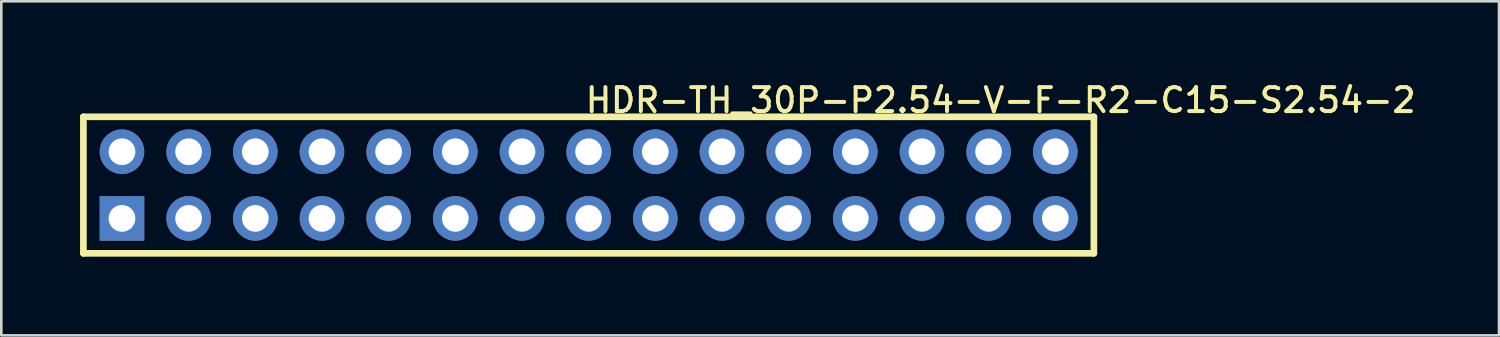
<source format=kicad_pcb>
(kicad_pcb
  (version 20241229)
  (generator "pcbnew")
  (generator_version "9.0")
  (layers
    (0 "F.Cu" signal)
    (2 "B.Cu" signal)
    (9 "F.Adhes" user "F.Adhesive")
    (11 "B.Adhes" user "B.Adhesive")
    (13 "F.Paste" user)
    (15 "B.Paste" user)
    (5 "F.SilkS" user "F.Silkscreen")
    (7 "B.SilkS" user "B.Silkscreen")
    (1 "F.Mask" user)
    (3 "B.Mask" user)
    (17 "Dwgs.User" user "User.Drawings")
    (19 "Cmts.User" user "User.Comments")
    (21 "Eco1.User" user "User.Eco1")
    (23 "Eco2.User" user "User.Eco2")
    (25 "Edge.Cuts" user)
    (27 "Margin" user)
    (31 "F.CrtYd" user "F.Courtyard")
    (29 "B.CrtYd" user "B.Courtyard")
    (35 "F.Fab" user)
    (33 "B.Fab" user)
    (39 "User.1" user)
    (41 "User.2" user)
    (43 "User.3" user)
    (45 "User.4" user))
  (footprint "HDR-TH_30P-P2.54-V-F-R2-C15-S2.54-2"
    (layer "F.Cu")
    (at 19.377 4.001)
    (property "Reference" "HDR-TH_30P-P2.54-V-F-R2-C15-S2.54-2" (at -0.2 -3.768 0) (layer "F.SilkS") (effects (font (size 0.914 0.914) (thickness 0.152)) (justify left top)))
    (fp_line (start -19.25 -2.6) (end 19.25 -2.6) (stroke (width 0.254) (type default)) (layer "F.SilkS"))
    (fp_line (start -19.25 2.6) (end -19.25 -2.6) (stroke (width 0.254) (type default)) (layer "F.SilkS"))
    (fp_line (start 19.25 -2.6) (end 19.25 2.6) (stroke (width 0.254) (type default)) (layer "F.SilkS"))
    (fp_line (start 19.25 2.6) (end -19.25 2.6) (stroke (width 0.254) (type default)) (layer "F.SilkS"))
    (fp_circle (center -19.25 2.5) (end -19.25 2.53) (stroke (width 0.06) (type default)) (fill no) (layer "User.5"))
    (pad "1" thru_hole rect (at -17.78 1.27) (size 1.7 1.7) (drill 1.02) (layers "*.Cu" "*.Mask"))
    (pad "2" thru_hole oval (at -17.78 -1.27) (size 1.7 1.7) (drill 1.02) (layers "*.Cu" "*.Mask"))
    (pad "3" thru_hole oval (at -15.24 1.27) (size 1.7 1.7) (drill 1.02) (layers "*.Cu" "*.Mask"))
    (pad "4" thru_hole oval (at -15.24 -1.27) (size 1.7 1.7) (drill 1.02) (layers "*.Cu" "*.Mask"))
    (pad "5" thru_hole oval (at -12.7 1.27) (size 1.7 1.7) (drill 1.02) (layers "*.Cu" "*.Mask"))
    (pad "6" thru_hole oval (at -12.7 -1.27) (size 1.7 1.7) (drill 1.02) (layers "*.Cu" "*.Mask"))
    (pad "7" thru_hole oval (at -10.16 1.27) (size 1.7 1.7) (drill 1.02) (layers "*.Cu" "*.Mask"))
    (pad "8" thru_hole oval (at -10.16 -1.27) (size 1.7 1.7) (drill 1.02) (layers "*.Cu" "*.Mask"))
    (pad "9" thru_hole oval (at -7.62 1.27) (size 1.7 1.7) (drill 1.02) (layers "*.Cu" "*.Mask"))
    (pad "10" thru_hole oval (at -7.62 -1.27) (size 1.7 1.7) (drill 1.02) (layers "*.Cu" "*.Mask"))
    (pad "11" thru_hole oval (at -5.08 1.27) (size 1.7 1.7) (drill 1.02) (layers "*.Cu" "*.Mask"))
    (pad "12" thru_hole oval (at -5.08 -1.27) (size 1.7 1.7) (drill 1.02) (layers "*.Cu" "*.Mask"))
    (pad "13" thru_hole oval (at -2.54 1.27) (size 1.7 1.7) (drill 1.02) (layers "*.Cu" "*.Mask"))
    (pad "14" thru_hole oval (at -2.54 -1.27) (size 1.7 1.7) (drill 1.02) (layers "*.Cu" "*.Mask"))
    (pad "15" thru_hole oval (at 0 1.27) (size 1.7 1.7) (drill 1.02) (layers "*.Cu" "*.Mask"))
    (pad "16" thru_hole oval (at 0 -1.27) (size 1.7 1.7) (drill 1.02) (layers "*.Cu" "*.Mask"))
    (pad "17" thru_hole oval (at 2.54 1.27) (size 1.7 1.7) (drill 1.02) (layers "*.Cu" "*.Mask"))
    (pad "18" thru_hole oval (at 2.54 -1.27) (size 1.7 1.7) (drill 1.02) (layers "*.Cu" "*.Mask"))
    (pad "19" thru_hole oval (at 5.08 1.27) (size 1.7 1.7) (drill 1.02) (layers "*.Cu" "*.Mask"))
    (pad "20" thru_hole oval (at 5.08 -1.27) (size 1.7 1.7) (drill 1.02) (layers "*.Cu" "*.Mask"))
    (pad "21" thru_hole oval (at 7.62 1.27) (size 1.7 1.7) (drill 1.02) (layers "*.Cu" "*.Mask"))
    (pad "22" thru_hole oval (at 7.62 -1.27) (size 1.7 1.7) (drill 1.02) (layers "*.Cu" "*.Mask"))
    (pad "23" thru_hole oval (at 10.16 1.27) (size 1.7 1.7) (drill 1.02) (layers "*.Cu" "*.Mask"))
    (pad "24" thru_hole oval (at 10.16 -1.27) (size 1.7 1.7) (drill 1.02) (layers "*.Cu" "*.Mask"))
    (pad "25" thru_hole oval (at 12.7 1.27) (size 1.7 1.7) (drill 1.02) (layers "*.Cu" "*.Mask"))
    (pad "26" thru_hole oval (at 12.7 -1.27) (size 1.7 1.7) (drill 1.02) (layers "*.Cu" "*.Mask"))
    (pad "27" thru_hole oval (at 15.24 1.27) (size 1.7 1.7) (drill 1.02) (layers "*.Cu" "*.Mask"))
    (pad "28" thru_hole oval (at 15.24 -1.27) (size 1.7 1.7) (drill 1.02) (layers "*.Cu" "*.Mask"))
    (pad "29" thru_hole oval (at 17.78 1.27) (size 1.7 1.7) (drill 1.02) (layers "*.Cu" "*.Mask"))
    (pad "30" thru_hole oval (at 17.78 -1.27) (size 1.7 1.7) (drill 1.02) (layers "*.Cu" "*.Mask"))
    (zone (net_name "") (layer "User.3") (hatch edge 0.5) (priority 100) (connect_pads yes) (min_thickness 0) (filled_areas_thickness no) (fill yes) (polygon (pts (xy 0.237 1.502) (xy 38.737 1.502) (xy 38.737 6.501) (xy 0.237 6.501))) (filled_polygon (layer "User.3") (island) (pts (xy 0.237 1.502) (xy 38.737 1.502) (xy 38.737 6.501) (xy 0.237 6.501))))
    (zone (net_name "") (layer "User.4") (hatch edge 0.5) (priority 100) (connect_pads yes) (min_thickness 0) (filled_areas_thickness no) (fill yes) (polygon (pts (xy 1.387 2.531) (xy 2.027 2.531) (xy 2.027 2.931) (xy 1.387 2.931))) (filled_polygon (layer "User.4") (island) (pts (xy 1.387 2.531) (xy 2.027 2.531) (xy 2.027 2.931) (xy 1.387 2.931))))
    (zone (net_name "") (layer "User.4") (hatch edge 0.5) (priority 100) (connect_pads yes) (min_thickness 0) (filled_areas_thickness no) (fill yes) (polygon (pts (xy 1.387 5.071) (xy 2.027 5.071) (xy 2.027 5.471) (xy 1.387 5.471))) (filled_polygon (layer "User.4") (island) (pts (xy 1.387 5.071) (xy 2.027 5.071) (xy 2.027 5.471) (xy 1.387 5.471))))
    (zone (net_name "") (layer "User.4") (hatch edge 0.5) (priority 100) (connect_pads yes) (min_thickness 0) (filled_areas_thickness no) (fill yes) (polygon (pts (xy 3.927 2.531) (xy 4.567 2.531) (xy 4.567 2.931) (xy 3.927 2.931))) (filled_polygon (layer "User.4") (island) (pts (xy 3.927 2.531) (xy 4.567 2.531) (xy 4.567 2.931) (xy 3.927 2.931))))
    (zone (net_name "") (layer "User.4") (hatch edge 0.5) (priority 100) (connect_pads yes) (min_thickness 0) (filled_areas_thickness no) (fill yes) (polygon (pts (xy 3.927 5.071) (xy 4.567 5.071) (xy 4.567 5.471) (xy 3.927 5.471))) (filled_polygon (layer "User.4") (island) (pts (xy 3.927 5.071) (xy 4.567 5.071) (xy 4.567 5.471) (xy 3.927 5.471))))
    (zone (net_name "") (layer "User.4") (hatch edge 0.5) (priority 100) (connect_pads yes) (min_thickness 0) (filled_areas_thickness no) (fill yes) (polygon (pts (xy 6.467 2.531) (xy 7.107 2.531) (xy 7.107 2.931) (xy 6.467 2.931))) (filled_polygon (layer "User.4") (island) (pts (xy 6.467 2.531) (xy 7.107 2.531) (xy 7.107 2.931) (xy 6.467 2.931))))
    (zone (net_name "") (layer "User.4") (hatch edge 0.5) (priority 100) (connect_pads yes) (min_thickness 0) (filled_areas_thickness no) (fill yes) (polygon (pts (xy 6.467 5.071) (xy 7.107 5.071) (xy 7.107 5.471) (xy 6.467 5.471))) (filled_polygon (layer "User.4") (island) (pts (xy 6.467 5.071) (xy 7.107 5.071) (xy 7.107 5.471) (xy 6.467 5.471))))
    (zone (net_name "") (layer "User.4") (hatch edge 0.5) (priority 100) (connect_pads yes) (min_thickness 0) (filled_areas_thickness no) (fill yes) (polygon (pts (xy 9.007 2.531) (xy 9.647 2.531) (xy 9.647 2.931) (xy 9.007 2.931))) (filled_polygon (layer "User.4") (island) (pts (xy 9.007 2.531) (xy 9.647 2.531) (xy 9.647 2.931) (xy 9.007 2.931))))
    (zone (net_name "") (layer "User.4") (hatch edge 0.5) (priority 100) (connect_pads yes) (min_thickness 0) (filled_areas_thickness no) (fill yes) (polygon (pts (xy 9.007 5.071) (xy 9.647 5.071) (xy 9.647 5.471) (xy 9.007 5.471))) (filled_polygon (layer "User.4") (island) (pts (xy 9.007 5.071) (xy 9.647 5.071) (xy 9.647 5.471) (xy 9.007 5.471))))
    (zone (net_name "") (layer "User.4") (hatch edge 0.5) (priority 100) (connect_pads yes) (min_thickness 0) (filled_areas_thickness no) (fill yes) (polygon (pts (xy 11.547 2.531) (xy 12.187 2.531) (xy 12.187 2.931) (xy 11.547 2.931))) (filled_polygon (layer "User.4") (island) (pts (xy 11.547 2.531) (xy 12.187 2.531) (xy 12.187 2.931) (xy 11.547 2.931))))
    (zone (net_name "") (layer "User.4") (hatch edge 0.5) (priority 100) (connect_pads yes) (min_thickness 0) (filled_areas_thickness no) (fill yes) (polygon (pts (xy 11.547 5.071) (xy 12.187 5.071) (xy 12.187 5.471) (xy 11.547 5.471))) (filled_polygon (layer "User.4") (island) (pts (xy 11.547 5.071) (xy 12.187 5.071) (xy 12.187 5.471) (xy 11.547 5.471))))
    (zone (net_name "") (layer "User.4") (hatch edge 0.5) (priority 100) (connect_pads yes) (min_thickness 0) (filled_areas_thickness no) (fill yes) (polygon (pts (xy 14.087 2.531) (xy 14.727 2.531) (xy 14.727 2.931) (xy 14.087 2.931))) (filled_polygon (layer "User.4") (island) (pts (xy 14.087 2.531) (xy 14.727 2.531) (xy 14.727 2.931) (xy 14.087 2.931))))
    (zone (net_name "") (layer "User.4") (hatch edge 0.5) (priority 100) (connect_pads yes) (min_thickness 0) (filled_areas_thickness no) (fill yes) (polygon (pts (xy 14.087 5.071) (xy 14.727 5.071) (xy 14.727 5.471) (xy 14.087 5.471))) (filled_polygon (layer "User.4") (island) (pts (xy 14.087 5.071) (xy 14.727 5.071) (xy 14.727 5.471) (xy 14.087 5.471))))
    (zone (net_name "") (layer "User.4") (hatch edge 0.5) (priority 100) (connect_pads yes) (min_thickness 0) (filled_areas_thickness no) (fill yes) (polygon (pts (xy 16.627 2.531) (xy 17.267 2.531) (xy 17.267 2.931) (xy 16.627 2.931))) (filled_polygon (layer "User.4") (island) (pts (xy 16.627 2.531) (xy 17.267 2.531) (xy 17.267 2.931) (xy 16.627 2.931))))
    (zone (net_name "") (layer "User.4") (hatch edge 0.5) (priority 100) (connect_pads yes) (min_thickness 0) (filled_areas_thickness no) (fill yes) (polygon (pts (xy 16.627 5.071) (xy 17.267 5.071) (xy 17.267 5.471) (xy 16.627 5.471))) (filled_polygon (layer "User.4") (island) (pts (xy 16.627 5.071) (xy 17.267 5.071) (xy 17.267 5.471) (xy 16.627 5.471))))
    (zone (net_name "") (layer "User.4") (hatch edge 0.5) (priority 100) (connect_pads yes) (min_thickness 0) (filled_areas_thickness no) (fill yes) (polygon (pts (xy 19.167 2.531) (xy 19.807 2.531) (xy 19.807 2.931) (xy 19.167 2.931))) (filled_polygon (layer "User.4") (island) (pts (xy 19.167 2.531) (xy 19.807 2.531) (xy 19.807 2.931) (xy 19.167 2.931))))
    (zone (net_name "") (layer "User.4") (hatch edge 0.5) (priority 100) (connect_pads yes) (min_thickness 0) (filled_areas_thickness no) (fill yes) (polygon (pts (xy 19.167 5.071) (xy 19.807 5.071) (xy 19.807 5.471) (xy 19.167 5.471))) (filled_polygon (layer "User.4") (island) (pts (xy 19.167 5.071) (xy 19.807 5.071) (xy 19.807 5.471) (xy 19.167 5.471))))
    (zone (net_name "") (layer "User.4") (hatch edge 0.5) (priority 100) (connect_pads yes) (min_thickness 0) (filled_areas_thickness no) (fill yes) (polygon (pts (xy 21.707 2.531) (xy 22.347 2.531) (xy 22.347 2.931) (xy 21.707 2.931))) (filled_polygon (layer "User.4") (island) (pts (xy 21.707 2.531) (xy 22.347 2.531) (xy 22.347 2.931) (xy 21.707 2.931))))
    (zone (net_name "") (layer "User.4") (hatch edge 0.5) (priority 100) (connect_pads yes) (min_thickness 0) (filled_areas_thickness no) (fill yes) (polygon (pts (xy 21.707 5.071) (xy 22.347 5.071) (xy 22.347 5.471) (xy 21.707 5.471))) (filled_polygon (layer "User.4") (island) (pts (xy 21.707 5.071) (xy 22.347 5.071) (xy 22.347 5.471) (xy 21.707 5.471))))
    (zone (net_name "") (layer "User.4") (hatch edge 0.5) (priority 100) (connect_pads yes) (min_thickness 0) (filled_areas_thickness no) (fill yes) (polygon (pts (xy 24.247 2.531) (xy 24.887 2.531) (xy 24.887 2.931) (xy 24.247 2.931))) (filled_polygon (layer "User.4") (island) (pts (xy 24.247 2.531) (xy 24.887 2.531) (xy 24.887 2.931) (xy 24.247 2.931))))
    (zone (net_name "") (layer "User.4") (hatch edge 0.5) (priority 100) (connect_pads yes) (min_thickness 0) (filled_areas_thickness no) (fill yes) (polygon (pts (xy 24.247 5.071) (xy 24.887 5.071) (xy 24.887 5.471) (xy 24.247 5.471))) (filled_polygon (layer "User.4") (island) (pts (xy 24.247 5.071) (xy 24.887 5.071) (xy 24.887 5.471) (xy 24.247 5.471))))
    (zone (net_name "") (layer "User.4") (hatch edge 0.5) (priority 100) (connect_pads yes) (min_thickness 0) (filled_areas_thickness no) (fill yes) (polygon (pts (xy 26.787 2.531) (xy 27.427 2.531) (xy 27.427 2.931) (xy 26.787 2.931))) (filled_polygon (layer "User.4") (island) (pts (xy 26.787 2.531) (xy 27.427 2.531) (xy 27.427 2.931) (xy 26.787 2.931))))
    (zone (net_name "") (layer "User.4") (hatch edge 0.5) (priority 100) (connect_pads yes) (min_thickness 0) (filled_areas_thickness no) (fill yes) (polygon (pts (xy 26.787 5.071) (xy 27.427 5.071) (xy 27.427 5.471) (xy 26.787 5.471))) (filled_polygon (layer "User.4") (island) (pts (xy 26.787 5.071) (xy 27.427 5.071) (xy 27.427 5.471) (xy 26.787 5.471))))
    (zone (net_name "") (layer "User.4") (hatch edge 0.5) (priority 100) (connect_pads yes) (min_thickness 0) (filled_areas_thickness no) (fill yes) (polygon (pts (xy 29.327 2.531) (xy 29.967 2.531) (xy 29.967 2.931) (xy 29.327 2.931))) (filled_polygon (layer "User.4") (island) (pts (xy 29.327 2.531) (xy 29.967 2.531) (xy 29.967 2.931) (xy 29.327 2.931))))
    (zone (net_name "") (layer "User.4") (hatch edge 0.5) (priority 100) (connect_pads yes) (min_thickness 0) (filled_areas_thickness no) (fill yes) (polygon (pts (xy 29.327 5.071) (xy 29.967 5.071) (xy 29.967 5.471) (xy 29.327 5.471))) (filled_polygon (layer "User.4") (island) (pts (xy 29.327 5.071) (xy 29.967 5.071) (xy 29.967 5.471) (xy 29.327 5.471))))
    (zone (net_name "") (layer "User.4") (hatch edge 0.5) (priority 100) (connect_pads yes) (min_thickness 0) (filled_areas_thickness no) (fill yes) (polygon (pts (xy 31.867 2.531) (xy 32.507 2.531) (xy 32.507 2.931) (xy 31.867 2.931))) (filled_polygon (layer "User.4") (island) (pts (xy 31.867 2.531) (xy 32.507 2.531) (xy 32.507 2.931) (xy 31.867 2.931))))
    (zone (net_name "") (layer "User.4") (hatch edge 0.5) (priority 100) (connect_pads yes) (min_thickness 0) (filled_areas_thickness no) (fill yes) (polygon (pts (xy 31.867 5.071) (xy 32.507 5.071) (xy 32.507 5.471) (xy 31.867 5.471))) (filled_polygon (layer "User.4") (island) (pts (xy 31.867 5.071) (xy 32.507 5.071) (xy 32.507 5.471) (xy 31.867 5.471))))
    (zone (net_name "") (layer "User.4") (hatch edge 0.5) (priority 100) (connect_pads yes) (min_thickness 0) (filled_areas_thickness no) (fill yes) (polygon (pts (xy 34.407 2.531) (xy 35.047 2.531) (xy 35.047 2.931) (xy 34.407 2.931))) (filled_polygon (layer "User.4") (island) (pts (xy 34.407 2.531) (xy 35.047 2.531) (xy 35.047 2.931) (xy 34.407 2.931))))
    (zone (net_name "") (layer "User.4") (hatch edge 0.5) (priority 100) (connect_pads yes) (min_thickness 0) (filled_areas_thickness no) (fill yes) (polygon (pts (xy 34.407 5.071) (xy 35.047 5.071) (xy 35.047 5.471) (xy 34.407 5.471))) (filled_polygon (layer "User.4") (island) (pts (xy 34.407 5.071) (xy 35.047 5.071) (xy 35.047 5.471) (xy 34.407 5.471))))
    (zone (net_name "") (layer "User.4") (hatch edge 0.5) (priority 100) (connect_pads yes) (min_thickness 0) (filled_areas_thickness no) (fill yes) (polygon (pts (xy 36.947 2.531) (xy 37.587 2.531) (xy 37.587 2.931) (xy 36.947 2.931))) (filled_polygon (layer "User.4") (island) (pts (xy 36.947 2.531) (xy 37.587 2.531) (xy 37.587 2.931) (xy 36.947 2.931))))
    (zone (net_name "") (layer "User.4") (hatch edge 0.5) (priority 100) (connect_pads yes) (min_thickness 0) (filled_areas_thickness no) (fill yes) (polygon (pts (xy 36.947 5.071) (xy 37.587 5.071) (xy 37.587 5.471) (xy 36.947 5.471))) (filled_polygon (layer "User.4") (island) (pts (xy 36.947 5.071) (xy 37.587 5.071) (xy 37.587 5.471) (xy 36.947 5.471)))))
  (gr_rect
    (start -3 -3)
    (end 54.063 9.728)
    (stroke (width 0.1) (type default))
    (fill no)
    (layer "Edge.Cuts")))
</source>
